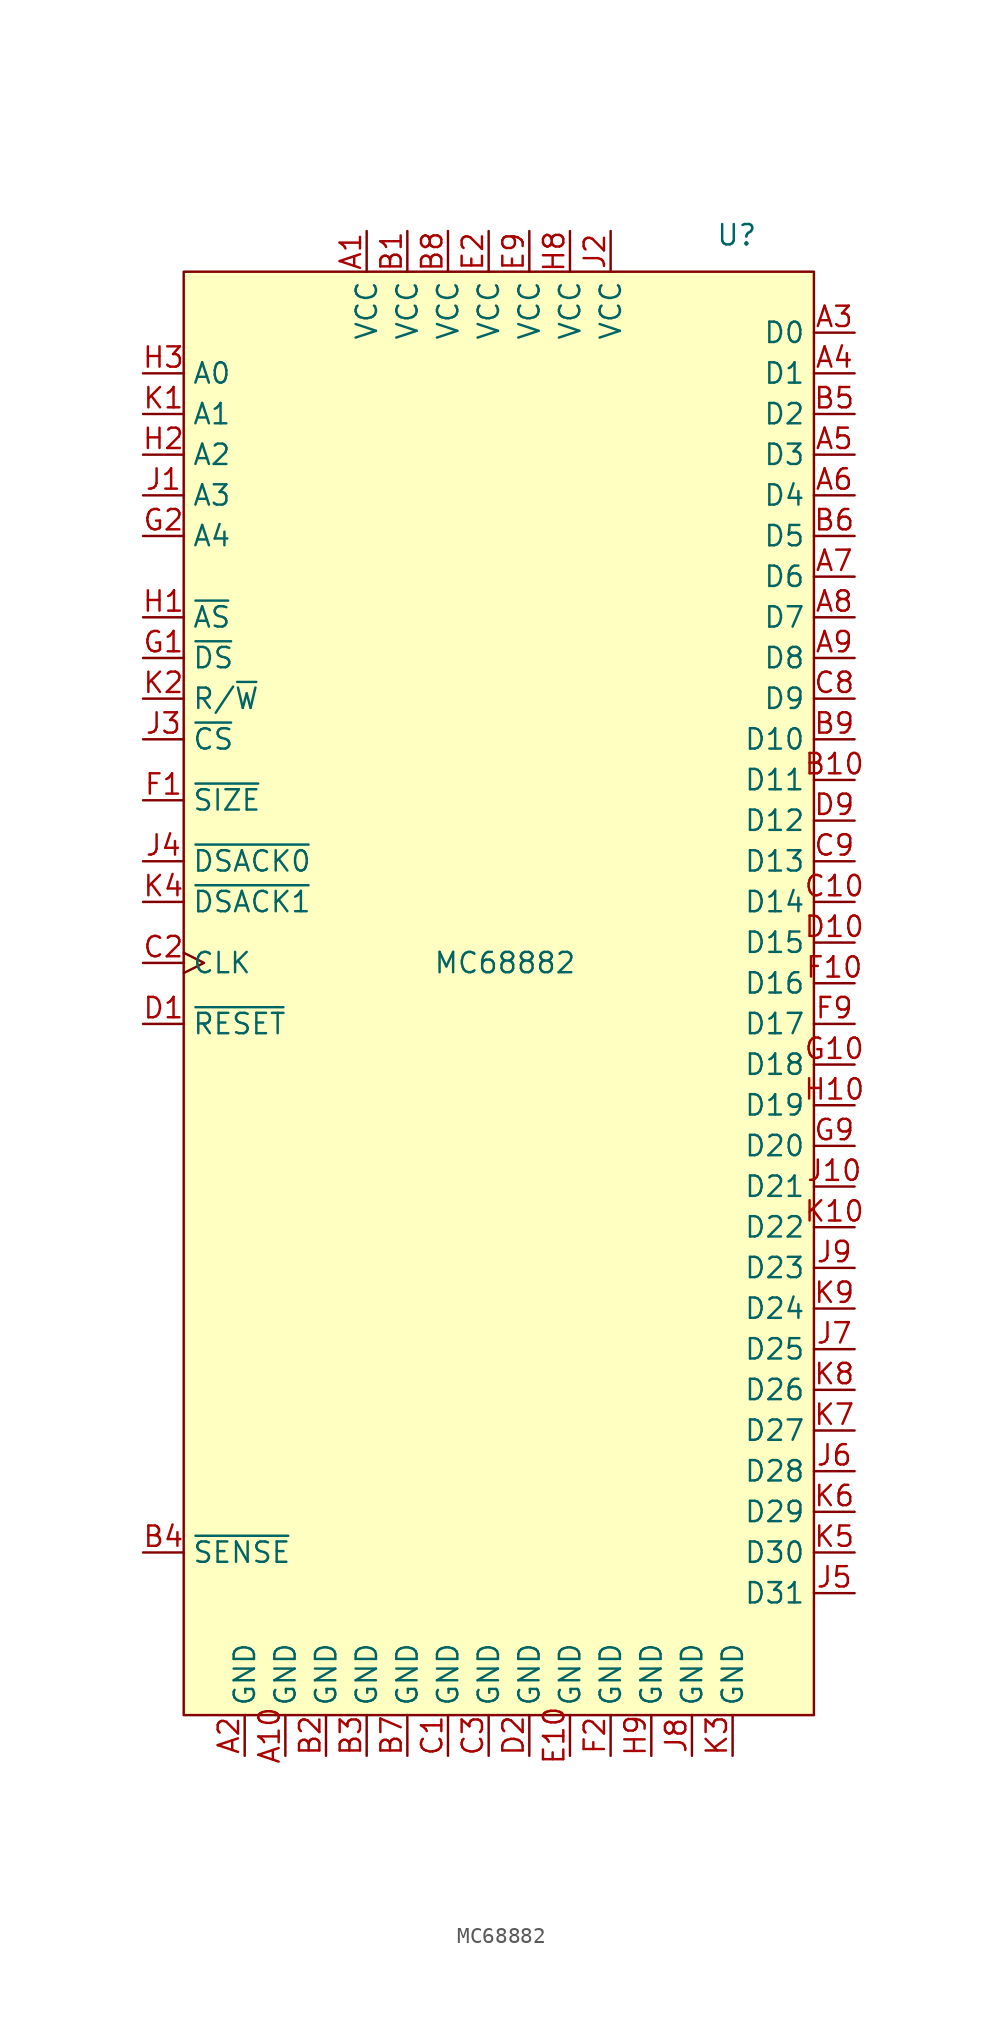
<source format=kicad_sym>
(kicad_symbol_lib
  (version 20241209)
  (generator "kicad_symbol_editor")
  (generator_version "9.0")
  (symbol "MC68882"
    (property "Reference" "U"
      (at 15.494 48.006 0)
      (effects (font (size 1.27 1.27))))
    (property "Value" "MC68882"
      (at 1.016 2.54 0)
      (effects (font (size 1.27 1.27))))
    (symbol "MC68882_1_1"
      (rectangle (start -19.05 45.72) (end 20.32 -44.45) (stroke (width 0) (type default)) (fill (type background)))
      (pin input line (at -21.59 39.37 0) (length 2.54) (name "A0" (effects (font (size 1.27 1.27)))) (number "H3" (effects (font (size 1.27 1.27)))))
      (pin input line (at -21.59 36.83 0) (length 2.54) (name "A1" (effects (font (size 1.27 1.27)))) (number "K1" (effects (font (size 1.27 1.27)))))
      (pin input line (at -21.59 34.29 0) (length 2.54) (name "A2" (effects (font (size 1.27 1.27)))) (number "H2" (effects (font (size 1.27 1.27)))))
      (pin input line (at -21.59 31.75 0) (length 2.54) (name "A3" (effects (font (size 1.27 1.27)))) (number "J1" (effects (font (size 1.27 1.27)))))
      (pin input line (at -21.59 29.21 0) (length 2.54) (name "A4" (effects (font (size 1.27 1.27)))) (number "G2" (effects (font (size 1.27 1.27)))))
      (pin input line (at -21.59 24.13 0) (length 2.54) (name "~{AS}" (effects (font (size 1.27 1.27)))) (number "H1" (effects (font (size 1.27 1.27)))))
      (pin input line (at -21.59 21.59 0) (length 2.54) (name "~{DS}" (effects (font (size 1.27 1.27)))) (number "G1" (effects (font (size 1.27 1.27)))))
      (pin input line (at -21.59 19.05 0) (length 2.54) (name "R/~{W}" (effects (font (size 1.27 1.27)))) (number "K2" (effects (font (size 1.27 1.27)))))
      (pin input line (at -21.59 16.51 0) (length 2.54) (name "~{CS}" (effects (font (size 1.27 1.27)))) (number "J3" (effects (font (size 1.27 1.27)))))
      (pin input line (at -21.59 12.7 0) (length 2.54) (name "~{SIZE}" (effects (font (size 1.27 1.27)))) (number "F1" (effects (font (size 1.27 1.27)))))
      (pin output line (at -21.59 8.89 0) (length 2.54) (name "~{DSACK0}" (effects (font (size 1.27 1.27)))) (number "J4" (effects (font (size 1.27 1.27)))))
      (pin output line (at -21.59 6.35 0) (length 2.54) (name "~{DSACK1}" (effects (font (size 1.27 1.27)))) (number "K4" (effects (font (size 1.27 1.27)))))
      (pin input clock (at -21.59 2.54 0) (length 2.54) (name "CLK" (effects (font (size 1.27 1.27)))) (number "C2" (effects (font (size 1.27 1.27)))))
      (pin bidirectional line (at -21.59 -1.27 0) (length 2.54) (name "~{RESET}" (effects (font (size 1.27 1.27)))) (number "D1" (effects (font (size 1.27 1.27)))))
      (pin no_connect line (at -21.59 -30.48 0) (length 2.54) (hide yes) (name "NC" (effects (font (size 1.27 1.27)))) (number "E1" (effects (font (size 1.27 1.27)))))
      (pin output line (at -21.59 -34.29 0) (length 2.54) (name "~{SENSE}" (effects (font (size 1.27 1.27)))) (number "B4" (effects (font (size 1.27 1.27)))))
      (pin power_in line (at -15.24 -46.99 90) (length 2.54) (name "GND" (effects (font (size 1.27 1.27)))) (number "A2" (effects (font (size 1.27 1.27)))))
      (pin power_in line (at -12.7 -46.99 90) (length 2.54) (name "GND" (effects (font (size 1.27 1.27)))) (number "A10" (effects (font (size 1.27 1.27)))))
      (pin power_in line (at -10.16 -46.99 90) (length 2.54) (name "GND" (effects (font (size 1.27 1.27)))) (number "B2" (effects (font (size 1.27 1.27)))))
      (pin power_in line (at -7.62 48.26 270) (length 2.54) (name "VCC" (effects (font (size 1.27 1.27)))) (number "A1" (effects (font (size 1.27 1.27)))))
      (pin power_in line (at -7.62 -46.99 90) (length 2.54) (name "GND" (effects (font (size 1.27 1.27)))) (number "B3" (effects (font (size 1.27 1.27)))))
      (pin power_in line (at -5.08 48.26 270) (length 2.54) (name "VCC" (effects (font (size 1.27 1.27)))) (number "B1" (effects (font (size 1.27 1.27)))))
      (pin power_in line (at -5.08 -46.99 90) (length 2.54) (name "GND" (effects (font (size 1.27 1.27)))) (number "B7" (effects (font (size 1.27 1.27)))))
      (pin power_in line (at -2.54 48.26 270) (length 2.54) (name "VCC" (effects (font (size 1.27 1.27)))) (number "B8" (effects (font (size 1.27 1.27)))))
      (pin power_in line (at -2.54 -46.99 90) (length 2.54) (name "GND" (effects (font (size 1.27 1.27)))) (number "C1" (effects (font (size 1.27 1.27)))))
      (pin power_in line (at 0 48.26 270) (length 2.54) (name "VCC" (effects (font (size 1.27 1.27)))) (number "E2" (effects (font (size 1.27 1.27)))))
      (pin power_in line (at 0 -46.99 90) (length 2.54) (name "GND" (effects (font (size 1.27 1.27)))) (number "C3" (effects (font (size 1.27 1.27)))))
      (pin power_in line (at 2.54 48.26 270) (length 2.54) (name "VCC" (effects (font (size 1.27 1.27)))) (number "E9" (effects (font (size 1.27 1.27)))))
      (pin power_in line (at 2.54 -46.99 90) (length 2.54) (name "GND" (effects (font (size 1.27 1.27)))) (number "D2" (effects (font (size 1.27 1.27)))))
      (pin power_in line (at 5.08 48.26 270) (length 2.54) (name "VCC" (effects (font (size 1.27 1.27)))) (number "H8" (effects (font (size 1.27 1.27)))))
      (pin power_in line (at 5.08 -46.99 90) (length 2.54) (name "GND" (effects (font (size 1.27 1.27)))) (number "E10" (effects (font (size 1.27 1.27)))))
      (pin power_in line (at 7.62 48.26 270) (length 2.54) (name "VCC" (effects (font (size 1.27 1.27)))) (number "J2" (effects (font (size 1.27 1.27)))))
      (pin power_in line (at 7.62 -46.99 90) (length 2.54) (name "GND" (effects (font (size 1.27 1.27)))) (number "F2" (effects (font (size 1.27 1.27)))))
      (pin power_in line (at 10.16 -46.99 90) (length 2.54) (name "GND" (effects (font (size 1.27 1.27)))) (number "H9" (effects (font (size 1.27 1.27)))))
      (pin power_in line (at 12.7 -46.99 90) (length 2.54) (name "GND" (effects (font (size 1.27 1.27)))) (number "J8" (effects (font (size 1.27 1.27)))))
      (pin power_in line (at 15.24 -46.99 90) (length 2.54) (name "GND" (effects (font (size 1.27 1.27)))) (number "K3" (effects (font (size 1.27 1.27)))))
      (pin bidirectional line (at 22.86 41.91 180) (length 2.54) (name "D0" (effects (font (size 1.27 1.27)))) (number "A3" (effects (font (size 1.27 1.27)))))
      (pin bidirectional line (at 22.86 39.37 180) (length 2.54) (name "D1" (effects (font (size 1.27 1.27)))) (number "A4" (effects (font (size 1.27 1.27)))))
      (pin bidirectional line (at 22.86 36.83 180) (length 2.54) (name "D2" (effects (font (size 1.27 1.27)))) (number "B5" (effects (font (size 1.27 1.27)))))
      (pin bidirectional line (at 22.86 34.29 180) (length 2.54) (name "D3" (effects (font (size 1.27 1.27)))) (number "A5" (effects (font (size 1.27 1.27)))))
      (pin bidirectional line (at 22.86 31.75 180) (length 2.54) (name "D4" (effects (font (size 1.27 1.27)))) (number "A6" (effects (font (size 1.27 1.27)))))
      (pin bidirectional line (at 22.86 29.21 180) (length 2.54) (name "D5" (effects (font (size 1.27 1.27)))) (number "B6" (effects (font (size 1.27 1.27)))))
      (pin bidirectional line (at 22.86 26.67 180) (length 2.54) (name "D6" (effects (font (size 1.27 1.27)))) (number "A7" (effects (font (size 1.27 1.27)))))
      (pin bidirectional line (at 22.86 24.13 180) (length 2.54) (name "D7" (effects (font (size 1.27 1.27)))) (number "A8" (effects (font (size 1.27 1.27)))))
      (pin bidirectional line (at 22.86 21.59 180) (length 2.54) (name "D8" (effects (font (size 1.27 1.27)))) (number "A9" (effects (font (size 1.27 1.27)))))
      (pin bidirectional line (at 22.86 19.05 180) (length 2.54) (name "D9" (effects (font (size 1.27 1.27)))) (number "C8" (effects (font (size 1.27 1.27)))))
      (pin bidirectional line (at 22.86 16.51 180) (length 2.54) (name "D10" (effects (font (size 1.27 1.27)))) (number "B9" (effects (font (size 1.27 1.27)))))
      (pin bidirectional line (at 22.86 13.97 180) (length 2.54) (name "D11" (effects (font (size 1.27 1.27)))) (number "B10" (effects (font (size 1.27 1.27)))))
      (pin bidirectional line (at 22.86 11.43 180) (length 2.54) (name "D12" (effects (font (size 1.27 1.27)))) (number "D9" (effects (font (size 1.27 1.27)))))
      (pin bidirectional line (at 22.86 8.89 180) (length 2.54) (name "D13" (effects (font (size 1.27 1.27)))) (number "C9" (effects (font (size 1.27 1.27)))))
      (pin bidirectional line (at 22.86 6.35 180) (length 2.54) (name "D14" (effects (font (size 1.27 1.27)))) (number "C10" (effects (font (size 1.27 1.27)))))
      (pin bidirectional line (at 22.86 3.81 180) (length 2.54) (name "D15" (effects (font (size 1.27 1.27)))) (number "D10" (effects (font (size 1.27 1.27)))))
      (pin bidirectional line (at 22.86 1.27 180) (length 2.54) (name "D16" (effects (font (size 1.27 1.27)))) (number "F10" (effects (font (size 1.27 1.27)))))
      (pin bidirectional line (at 22.86 -1.27 180) (length 2.54) (name "D17" (effects (font (size 1.27 1.27)))) (number "F9" (effects (font (size 1.27 1.27)))))
      (pin bidirectional line (at 22.86 -3.81 180) (length 2.54) (name "D18" (effects (font (size 1.27 1.27)))) (number "G10" (effects (font (size 1.27 1.27)))))
      (pin bidirectional line (at 22.86 -6.35 180) (length 2.54) (name "D19" (effects (font (size 1.27 1.27)))) (number "H10" (effects (font (size 1.27 1.27)))))
      (pin bidirectional line (at 22.86 -8.89 180) (length 2.54) (name "D20" (effects (font (size 1.27 1.27)))) (number "G9" (effects (font (size 1.27 1.27)))))
      (pin bidirectional line (at 22.86 -11.43 180) (length 2.54) (name "D21" (effects (font (size 1.27 1.27)))) (number "J10" (effects (font (size 1.27 1.27)))))
      (pin bidirectional line (at 22.86 -13.97 180) (length 2.54) (name "D22" (effects (font (size 1.27 1.27)))) (number "K10" (effects (font (size 1.27 1.27)))))
      (pin bidirectional line (at 22.86 -16.51 180) (length 2.54) (name "D23" (effects (font (size 1.27 1.27)))) (number "J9" (effects (font (size 1.27 1.27)))))
      (pin bidirectional line (at 22.86 -19.05 180) (length 2.54) (name "D24" (effects (font (size 1.27 1.27)))) (number "K9" (effects (font (size 1.27 1.27)))))
      (pin bidirectional line (at 22.86 -21.59 180) (length 2.54) (name "D25" (effects (font (size 1.27 1.27)))) (number "J7" (effects (font (size 1.27 1.27)))))
      (pin bidirectional line (at 22.86 -24.13 180) (length 2.54) (name "D26" (effects (font (size 1.27 1.27)))) (number "K8" (effects (font (size 1.27 1.27)))))
      (pin bidirectional line (at 22.86 -26.67 180) (length 2.54) (name "D27" (effects (font (size 1.27 1.27)))) (number "K7" (effects (font (size 1.27 1.27)))))
      (pin bidirectional line (at 22.86 -29.21 180) (length 2.54) (name "D28" (effects (font (size 1.27 1.27)))) (number "J6" (effects (font (size 1.27 1.27)))))
      (pin bidirectional line (at 22.86 -31.75 180) (length 2.54) (name "D29" (effects (font (size 1.27 1.27)))) (number "K6" (effects (font (size 1.27 1.27)))))
      (pin bidirectional line (at 22.86 -34.29 180) (length 2.54) (name "D30" (effects (font (size 1.27 1.27)))) (number "K5" (effects (font (size 1.27 1.27)))))
      (pin bidirectional line (at 22.86 -36.83 180) (length 2.54) (name "D31" (effects (font (size 1.27 1.27)))) (number "J5" (effects (font (size 1.27 1.27))))))))
</source>
